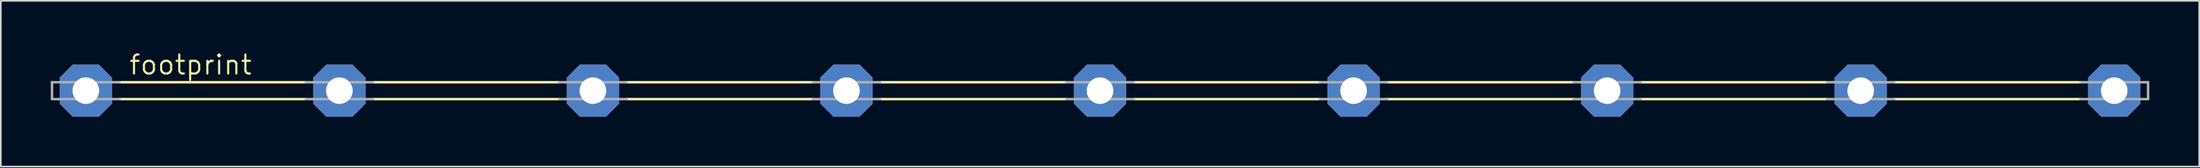
<source format=kicad_pcb>
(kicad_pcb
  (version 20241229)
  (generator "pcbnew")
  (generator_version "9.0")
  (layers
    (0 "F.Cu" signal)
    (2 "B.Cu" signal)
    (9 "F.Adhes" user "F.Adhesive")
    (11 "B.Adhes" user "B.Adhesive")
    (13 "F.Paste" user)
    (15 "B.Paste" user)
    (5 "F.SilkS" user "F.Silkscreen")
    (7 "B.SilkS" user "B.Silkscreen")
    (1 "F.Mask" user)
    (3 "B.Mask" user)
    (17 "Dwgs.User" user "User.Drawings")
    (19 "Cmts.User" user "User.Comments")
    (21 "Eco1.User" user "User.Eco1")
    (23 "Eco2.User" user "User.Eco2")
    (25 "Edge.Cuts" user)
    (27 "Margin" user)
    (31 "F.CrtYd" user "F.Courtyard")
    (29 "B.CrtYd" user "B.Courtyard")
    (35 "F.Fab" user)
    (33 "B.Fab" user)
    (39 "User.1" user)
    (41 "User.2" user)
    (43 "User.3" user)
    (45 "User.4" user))
  (footprint "footprint"
    (layer "F.Cu")
    (at 63.068 2.413)
    (property "Reference" "footprint" (at -58.42 -0.889 0) (layer "F.SilkS") (effects (font (size 1.143 1.143) (thickness 0.127)) (justify left bottom)))
    (fp_line (start -58.928 -0.508) (end -47.752 -0.508) (stroke (width 0.152) (type solid)) (layer "F.SilkS"))
    (fp_line (start -58.928 0.508) (end -47.752 0.508) (stroke (width 0.152) (type solid)) (layer "F.SilkS"))
    (fp_line (start -43.688 -0.508) (end -32.512 -0.508) (stroke (width 0.152) (type solid)) (layer "F.SilkS"))
    (fp_line (start -43.688 0.508) (end -32.512 0.508) (stroke (width 0.152) (type solid)) (layer "F.SilkS"))
    (fp_line (start -28.448 -0.508) (end -17.272 -0.508) (stroke (width 0.152) (type solid)) (layer "F.SilkS"))
    (fp_line (start -28.448 0.508) (end -17.272 0.508) (stroke (width 0.152) (type solid)) (layer "F.SilkS"))
    (fp_line (start -13.208 -0.508) (end -2.032 -0.508) (stroke (width 0.152) (type solid)) (layer "F.SilkS"))
    (fp_line (start -13.208 0.508) (end -2.032 0.508) (stroke (width 0.152) (type solid)) (layer "F.SilkS"))
    (fp_line (start 2.032 -0.508) (end 13.208 -0.508) (stroke (width 0.152) (type solid)) (layer "F.SilkS"))
    (fp_line (start 2.032 0.508) (end 13.208 0.508) (stroke (width 0.152) (type solid)) (layer "F.SilkS"))
    (fp_line (start 17.272 -0.508) (end 28.448 -0.508) (stroke (width 0.152) (type solid)) (layer "F.SilkS"))
    (fp_line (start 17.272 0.508) (end 28.448 0.508) (stroke (width 0.152) (type solid)) (layer "F.SilkS"))
    (fp_line (start 32.512 -0.508) (end 43.688 -0.508) (stroke (width 0.152) (type solid)) (layer "F.SilkS"))
    (fp_line (start 32.512 0.508) (end 43.688 0.508) (stroke (width 0.152) (type solid)) (layer "F.SilkS"))
    (fp_line (start 47.752 -0.508) (end 58.928 -0.508) (stroke (width 0.152) (type solid)) (layer "F.SilkS"))
    (fp_line (start 47.752 0.508) (end 58.928 0.508) (stroke (width 0.152) (type solid)) (layer "F.SilkS"))
    (fp_line (start -62.992 -0.508) (end -62.992 0.508) (stroke (width 0.152) (type solid)) (layer "F.Fab"))
    (fp_line (start -62.992 0.508) (end -58.928 0.508) (stroke (width 0.152) (type solid)) (layer "F.Fab"))
    (fp_line (start -58.928 -0.508) (end -62.992 -0.508) (stroke (width 0.152) (type solid)) (layer "F.Fab"))
    (fp_line (start -47.752 0.508) (end -43.688 0.508) (stroke (width 0.152) (type solid)) (layer "F.Fab"))
    (fp_line (start -43.688 -0.508) (end -47.752 -0.508) (stroke (width 0.152) (type solid)) (layer "F.Fab"))
    (fp_line (start -28.448 -0.508) (end -32.512 -0.508) (stroke (width 0.152) (type solid)) (layer "F.Fab"))
    (fp_line (start -28.448 0.508) (end -32.512 0.508) (stroke (width 0.152) (type solid)) (layer "F.Fab"))
    (fp_line (start -17.272 0.508) (end -13.208 0.508) (stroke (width 0.152) (type solid)) (layer "F.Fab"))
    (fp_line (start -13.208 -0.508) (end -17.272 -0.508) (stroke (width 0.152) (type solid)) (layer "F.Fab"))
    (fp_line (start -2.032 0.508) (end 2.032 0.508) (stroke (width 0.152) (type solid)) (layer "F.Fab"))
    (fp_line (start 2.032 -0.508) (end -2.032 -0.508) (stroke (width 0.152) (type solid)) (layer "F.Fab"))
    (fp_line (start 17.272 -0.508) (end 13.208 -0.508) (stroke (width 0.152) (type solid)) (layer "F.Fab"))
    (fp_line (start 17.272 0.508) (end 13.208 0.508) (stroke (width 0.152) (type solid)) (layer "F.Fab"))
    (fp_line (start 28.448 0.508) (end 32.512 0.508) (stroke (width 0.152) (type solid)) (layer "F.Fab"))
    (fp_line (start 32.512 -0.508) (end 28.448 -0.508) (stroke (width 0.152) (type solid)) (layer "F.Fab"))
    (fp_line (start 43.688 0.508) (end 47.752 0.508) (stroke (width 0.152) (type solid)) (layer "F.Fab"))
    (fp_line (start 47.752 -0.508) (end 43.688 -0.508) (stroke (width 0.152) (type solid)) (layer "F.Fab"))
    (fp_line (start 62.992 -0.508) (end 58.928 -0.508) (stroke (width 0.152) (type solid)) (layer "F.Fab"))
    (fp_line (start 62.992 -0.508) (end 62.992 0.508) (stroke (width 0.152) (type solid)) (layer "F.Fab"))
    (fp_line (start 62.992 0.508) (end 58.928 0.508) (stroke (width 0.152) (type solid)) (layer "F.Fab"))
    (pad "1" thru_hole roundrect (at -60.96 0) (size 3.15 3.15) (drill 1.6) (layers "*.Cu" "*.Mask") (roundrect_rratio 0.25) (chamfer_ratio 0.25) (chamfer top_left top_right bottom_left bottom_right))
    (pad "2" thru_hole roundrect (at -45.72 0) (size 3.15 3.15) (drill 1.6) (layers "*.Cu" "*.Mask") (roundrect_rratio 0.25) (chamfer_ratio 0.25) (chamfer top_left top_right bottom_left bottom_right))
    (pad "3" thru_hole roundrect (at -30.48 0) (size 3.15 3.15) (drill 1.6) (layers "*.Cu" "*.Mask") (roundrect_rratio 0.25) (chamfer_ratio 0.25) (chamfer top_left top_right bottom_left bottom_right))
    (pad "4" thru_hole roundrect (at -15.24 0) (size 3.15 3.15) (drill 1.6) (layers "*.Cu" "*.Mask") (roundrect_rratio 0.25) (chamfer_ratio 0.25) (chamfer top_left top_right bottom_left bottom_right))
    (pad "5" thru_hole roundrect (at 0 0) (size 3.15 3.15) (drill 1.6) (layers "*.Cu" "*.Mask") (roundrect_rratio 0.25) (chamfer_ratio 0.25) (chamfer top_left top_right bottom_left bottom_right))
    (pad "6" thru_hole roundrect (at 15.24 0) (size 3.15 3.15) (drill 1.6) (layers "*.Cu" "*.Mask") (roundrect_rratio 0.25) (chamfer_ratio 0.25) (chamfer top_left top_right bottom_left bottom_right))
    (pad "7" thru_hole roundrect (at 30.48 0) (size 3.15 3.15) (drill 1.6) (layers "*.Cu" "*.Mask") (roundrect_rratio 0.25) (chamfer_ratio 0.25) (chamfer top_left top_right bottom_left bottom_right))
    (pad "8" thru_hole roundrect (at 45.72 0) (size 3.15 3.15) (drill 1.6) (layers "*.Cu" "*.Mask") (roundrect_rratio 0.25) (chamfer_ratio 0.25) (chamfer top_left top_right bottom_left bottom_right))
    (pad "9" thru_hole roundrect (at 60.96 0) (size 3.15 3.15) (drill 1.6) (layers "*.Cu" "*.Mask") (roundrect_rratio 0.25) (chamfer_ratio 0.25) (chamfer top_left top_right bottom_left bottom_right)))
  (gr_rect
    (start -3 -3)
    (end 129.136 6.988)
    (stroke (width 0.1) (type default))
    (fill no)
    (layer "Edge.Cuts")))
</source>
